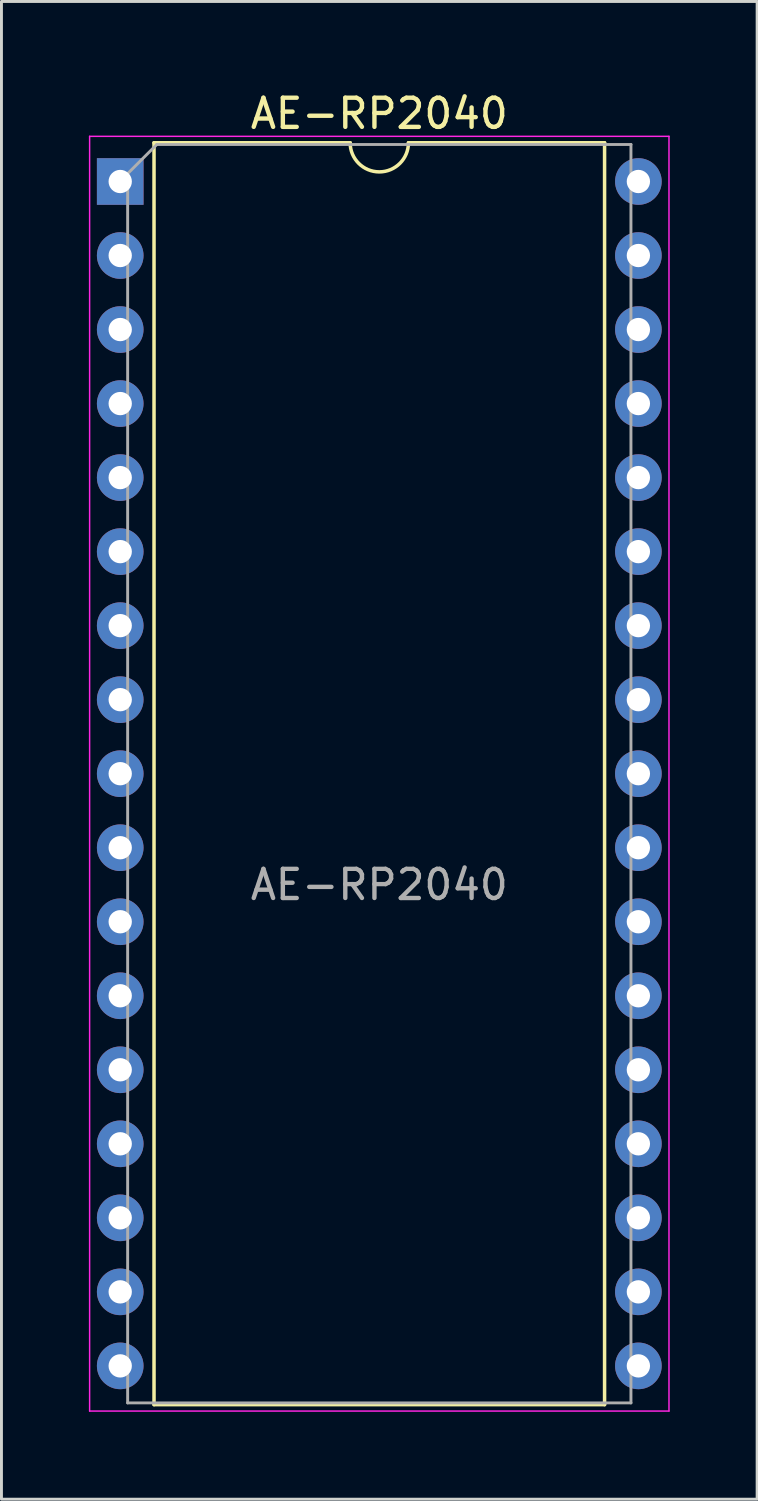
<source format=kicad_pcb>
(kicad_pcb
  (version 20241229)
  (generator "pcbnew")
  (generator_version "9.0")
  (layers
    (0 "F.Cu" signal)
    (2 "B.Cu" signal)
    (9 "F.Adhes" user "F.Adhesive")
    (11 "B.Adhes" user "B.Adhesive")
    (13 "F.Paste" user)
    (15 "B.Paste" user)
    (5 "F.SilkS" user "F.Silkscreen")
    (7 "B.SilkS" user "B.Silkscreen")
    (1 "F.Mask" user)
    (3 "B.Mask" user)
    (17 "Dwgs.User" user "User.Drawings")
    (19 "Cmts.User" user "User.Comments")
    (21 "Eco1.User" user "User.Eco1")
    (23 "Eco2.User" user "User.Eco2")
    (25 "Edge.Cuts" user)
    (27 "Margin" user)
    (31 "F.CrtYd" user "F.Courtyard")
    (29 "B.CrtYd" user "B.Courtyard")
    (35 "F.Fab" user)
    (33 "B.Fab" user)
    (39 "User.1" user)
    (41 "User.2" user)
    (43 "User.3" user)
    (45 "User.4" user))
  (footprint "AE-RP2040"
    (layer "F.Cu")
    (at 1.075 3.178)
    (property "Reference" "AE-RP2040" (at 8.89 -2.33 0) (layer "F.SilkS") (effects (font (size 1 1) (thickness 0.15))))
    (attr through_hole)
    (fp_line (start 1.16 -1.33) (end 1.16 41.97) (stroke (width 0.12) (type solid)) (layer "F.SilkS"))
    (fp_line (start 1.16 41.97) (end 16.62 41.97) (stroke (width 0.12) (type solid)) (layer "F.SilkS"))
    (fp_line (start 7.89 -1.33) (end 1.16 -1.33) (stroke (width 0.12) (type solid)) (layer "F.SilkS"))
    (fp_line (start 16.62 -1.33) (end 9.89 -1.33) (stroke (width 0.12) (type solid)) (layer "F.SilkS"))
    (fp_line (start 16.62 41.97) (end 16.62 -1.33) (stroke (width 0.12) (type solid)) (layer "F.SilkS"))
    (fp_arc (start 9.89 -1.33) (mid 8.89 -0.33) (end 7.89 -1.33) (stroke (width 0.12) (type solid)) (layer "F.SilkS"))
    (fp_line (start -1.05 -1.55) (end -1.05 42.19) (stroke (width 0.05) (type solid)) (layer "F.CrtYd"))
    (fp_line (start -1.05 42.19) (end 18.83 42.19) (stroke (width 0.05) (type solid)) (layer "F.CrtYd"))
    (fp_line (start 18.83 -1.55) (end -1.05 -1.55) (stroke (width 0.05) (type solid)) (layer "F.CrtYd"))
    (fp_line (start 18.83 42.19) (end 18.83 -1.55) (stroke (width 0.05) (type solid)) (layer "F.CrtYd"))
    (fp_line (start 0.255 -0.27) (end 1.255 -1.27) (stroke (width 0.1) (type solid)) (layer "F.Fab"))
    (fp_line (start 0.255 41.91) (end 0.255 -0.27) (stroke (width 0.1) (type solid)) (layer "F.Fab"))
    (fp_line (start 1.255 -1.27) (end 17.525 -1.27) (stroke (width 0.1) (type solid)) (layer "F.Fab"))
    (fp_line (start 17.525 -1.27) (end 17.525 41.91) (stroke (width 0.1) (type solid)) (layer "F.Fab"))
    (fp_line (start 17.525 41.91) (end 0.255 41.91) (stroke (width 0.1) (type solid)) (layer "F.Fab"))
    (fp_text user "${REFERENCE}" (at 8.89 24.13 0) (layer "F.Fab") (effects (font (size 1 1) (thickness 0.15))))
    (pad "1" thru_hole rect (at 0 0) (size 1.6 1.6) (drill 0.8) (layers "*.Cu" "*.Mask"))
    (pad "2" thru_hole oval (at 0 2.54) (size 1.6 1.6) (drill 0.8) (layers "*.Cu" "*.Mask"))
    (pad "3" thru_hole oval (at 0 5.08) (size 1.6 1.6) (drill 0.8) (layers "*.Cu" "*.Mask"))
    (pad "4" thru_hole oval (at 0 7.62) (size 1.6 1.6) (drill 0.8) (layers "*.Cu" "*.Mask"))
    (pad "5" thru_hole oval (at 0 10.16) (size 1.6 1.6) (drill 0.8) (layers "*.Cu" "*.Mask"))
    (pad "6" thru_hole oval (at 0 12.7) (size 1.6 1.6) (drill 0.8) (layers "*.Cu" "*.Mask"))
    (pad "7" thru_hole oval (at 0 15.24) (size 1.6 1.6) (drill 0.8) (layers "*.Cu" "*.Mask"))
    (pad "8" thru_hole oval (at 0 17.78) (size 1.6 1.6) (drill 0.8) (layers "*.Cu" "*.Mask"))
    (pad "9" thru_hole oval (at 0 20.32) (size 1.6 1.6) (drill 0.8) (layers "*.Cu" "*.Mask"))
    (pad "10" thru_hole oval (at 0 22.86) (size 1.6 1.6) (drill 0.8) (layers "*.Cu" "*.Mask"))
    (pad "11" thru_hole oval (at 0 25.4) (size 1.6 1.6) (drill 0.8) (layers "*.Cu" "*.Mask"))
    (pad "12" thru_hole oval (at 0 27.94) (size 1.6 1.6) (drill 0.8) (layers "*.Cu" "*.Mask"))
    (pad "13" thru_hole oval (at 0 30.48) (size 1.6 1.6) (drill 0.8) (layers "*.Cu" "*.Mask"))
    (pad "14" thru_hole oval (at 0 33.02) (size 1.6 1.6) (drill 0.8) (layers "*.Cu" "*.Mask"))
    (pad "15" thru_hole oval (at 0 35.56) (size 1.6 1.6) (drill 0.8) (layers "*.Cu" "*.Mask"))
    (pad "16" thru_hole oval (at 0 38.1) (size 1.6 1.6) (drill 0.8) (layers "*.Cu" "*.Mask"))
    (pad "17" thru_hole oval (at 0 40.64) (size 1.6 1.6) (drill 0.8) (layers "*.Cu" "*.Mask"))
    (pad "18" thru_hole oval (at 17.78 40.64) (size 1.6 1.6) (drill 0.8) (layers "*.Cu" "*.Mask"))
    (pad "19" thru_hole oval (at 17.78 38.1) (size 1.6 1.6) (drill 0.8) (layers "*.Cu" "*.Mask"))
    (pad "20" thru_hole oval (at 17.78 35.56) (size 1.6 1.6) (drill 0.8) (layers "*.Cu" "*.Mask"))
    (pad "21" thru_hole oval (at 17.78 33.02) (size 1.6 1.6) (drill 0.8) (layers "*.Cu" "*.Mask"))
    (pad "22" thru_hole oval (at 17.78 30.48) (size 1.6 1.6) (drill 0.8) (layers "*.Cu" "*.Mask"))
    (pad "23" thru_hole oval (at 17.78 27.94) (size 1.6 1.6) (drill 0.8) (layers "*.Cu" "*.Mask"))
    (pad "24" thru_hole oval (at 17.78 25.4) (size 1.6 1.6) (drill 0.8) (layers "*.Cu" "*.Mask"))
    (pad "25" thru_hole oval (at 17.78 22.86) (size 1.6 1.6) (drill 0.8) (layers "*.Cu" "*.Mask"))
    (pad "26" thru_hole oval (at 17.78 20.32) (size 1.6 1.6) (drill 0.8) (layers "*.Cu" "*.Mask"))
    (pad "27" thru_hole oval (at 17.78 17.78) (size 1.6 1.6) (drill 0.8) (layers "*.Cu" "*.Mask"))
    (pad "28" thru_hole oval (at 17.78 15.24) (size 1.6 1.6) (drill 0.8) (layers "*.Cu" "*.Mask"))
    (pad "29" thru_hole oval (at 17.78 12.7) (size 1.6 1.6) (drill 0.8) (layers "*.Cu" "*.Mask"))
    (pad "30" thru_hole oval (at 17.78 10.16) (size 1.6 1.6) (drill 0.8) (layers "*.Cu" "*.Mask"))
    (pad "31" thru_hole oval (at 17.78 7.62) (size 1.6 1.6) (drill 0.8) (layers "*.Cu" "*.Mask"))
    (pad "32" thru_hole oval (at 17.78 5.08) (size 1.6 1.6) (drill 0.8) (layers "*.Cu" "*.Mask"))
    (pad "33" thru_hole oval (at 17.78 2.54) (size 1.6 1.6) (drill 0.8) (layers "*.Cu" "*.Mask"))
    (pad "34" thru_hole oval (at 17.78 0) (size 1.6 1.6) (drill 0.8) (layers "*.Cu" "*.Mask")))
  (gr_rect
    (start -3 -3)
    (end 22.93 48.393)
    (stroke (width 0.1) (type default))
    (fill no)
    (layer "Edge.Cuts")))
</source>
